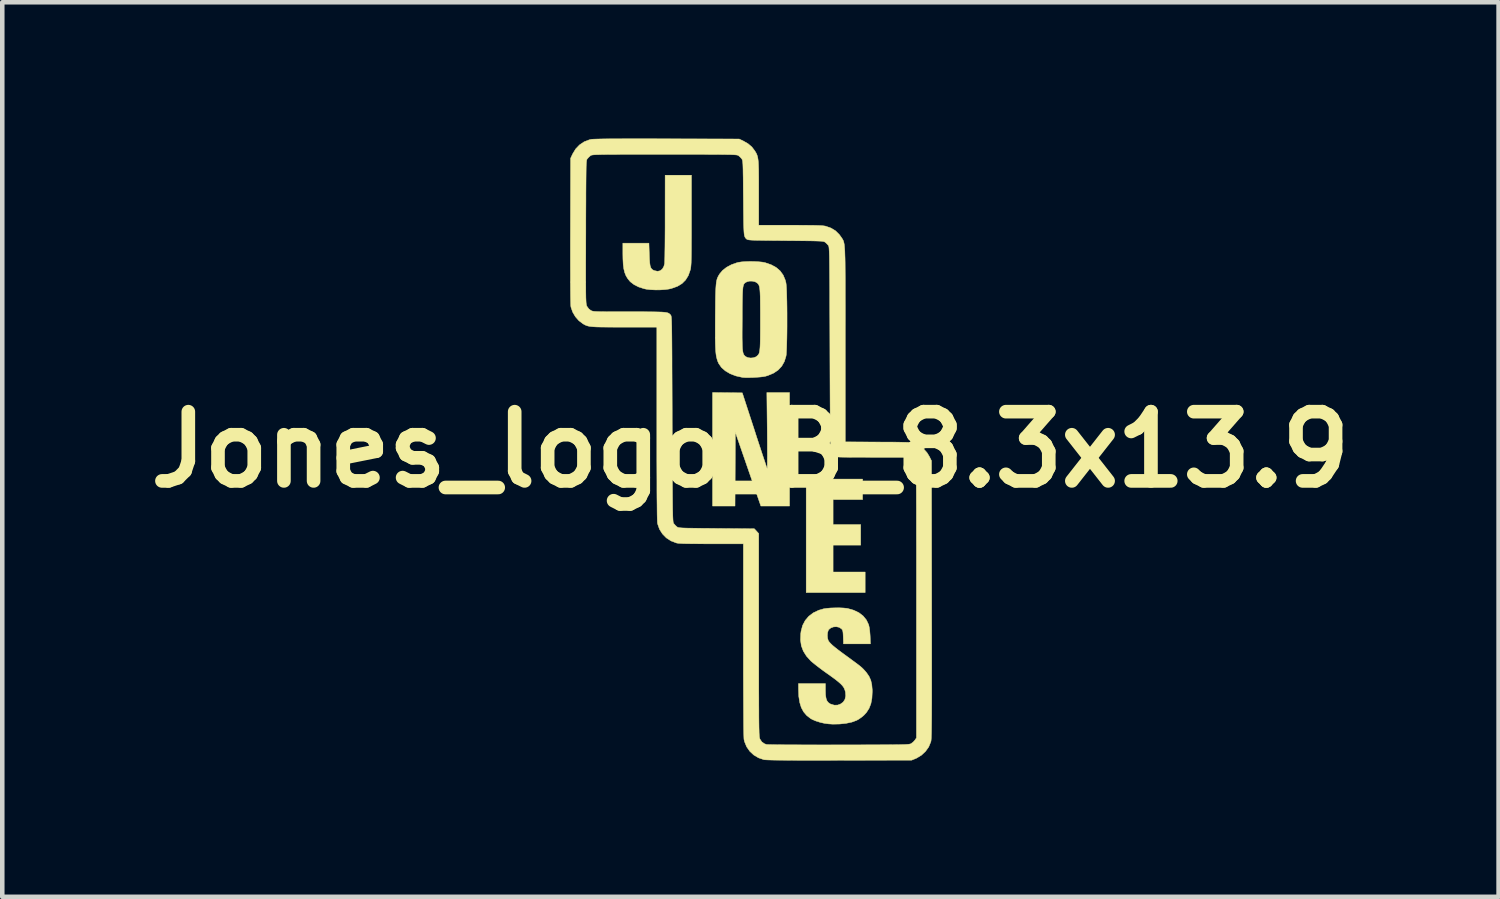
<source format=kicad_pcb>
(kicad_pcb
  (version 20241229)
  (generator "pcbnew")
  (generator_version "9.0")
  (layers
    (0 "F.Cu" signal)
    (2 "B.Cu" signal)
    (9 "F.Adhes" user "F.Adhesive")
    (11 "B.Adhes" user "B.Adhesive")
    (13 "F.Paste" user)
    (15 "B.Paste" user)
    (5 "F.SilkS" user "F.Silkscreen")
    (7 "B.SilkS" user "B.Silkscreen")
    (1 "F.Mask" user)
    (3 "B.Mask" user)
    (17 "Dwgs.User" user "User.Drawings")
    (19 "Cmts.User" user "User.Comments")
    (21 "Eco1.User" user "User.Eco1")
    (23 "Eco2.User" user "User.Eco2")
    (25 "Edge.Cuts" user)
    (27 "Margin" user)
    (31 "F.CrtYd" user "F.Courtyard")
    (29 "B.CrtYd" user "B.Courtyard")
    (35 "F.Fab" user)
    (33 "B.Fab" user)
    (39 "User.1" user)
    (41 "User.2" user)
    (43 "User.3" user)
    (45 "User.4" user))
  (footprint "Jones_logo_B_8.3x13.9"
    (layer "F.Cu")
    (at 13.469 6.847)
    (property "Reference" "Jones_logo_B_8.3x13.9" (at 0 0 0) (layer "F.SilkS") (effects (font (size 1.524 1.524) (thickness 0.3))))
    (attr through_hole)
    (fp_poly (pts (xy 2.469 1.101) (xy 1.82 1.101) (xy 1.82 1.651) (xy 2.427 1.651) (xy 2.427 2.103) (xy 1.82 2.103) (xy 1.82 2.695) (xy 2.526 2.695) (xy 2.526 3.147) (xy 1.228 3.147) (xy 1.228 0.649) (xy 2.469 0.649) (xy 2.469 1.101)) (stroke (width 0.01) (type solid)) (fill yes) (layer "F.SilkS"))
    (fp_poly (pts (xy -0.179 -1.249) (xy 0.091 -0.421) (xy 0.138 -0.274) (xy 0.184 -0.135) (xy 0.226 -0.007) (xy 0.264 0.109) (xy 0.298 0.21) (xy 0.326 0.293) (xy 0.347 0.357) (xy 0.362 0.399) (xy 0.369 0.416) (xy 0.369 0.417) (xy 0.371 0.405) (xy 0.372 0.367) (xy 0.373 0.306) (xy 0.373 0.223) (xy 0.374 0.123) (xy 0.373 0.006) (xy 0.373 -0.125) (xy 0.372 -0.267) (xy 0.371 -0.415) (xy 0.362 -1.256) (xy 0.861 -1.256) (xy 0.861 1.242) (xy 0.23 1.242) (xy -0.051 0.429) (xy -0.332 -0.383) (xy -0.335 0.429) (xy -0.339 1.242) (xy -0.833 1.242) (xy -0.833 -1.256) (xy -0.179 -1.249)) (stroke (width 0.01) (type solid)) (fill yes) (layer "F.SilkS"))
    (fp_poly (pts (xy -1.298 -5.047) (xy -1.298 -4.855) (xy -1.298 -4.688) (xy -1.299 -4.546) (xy -1.299 -4.425) (xy -1.3 -4.324) (xy -1.301 -4.241) (xy -1.303 -4.172) (xy -1.304 -4.117) (xy -1.307 -4.073) (xy -1.31 -4.037) (xy -1.313 -4.008) (xy -1.317 -3.983) (xy -1.322 -3.961) (xy -1.326 -3.947) (xy -1.367 -3.831) (xy -1.427 -3.734) (xy -1.506 -3.655) (xy -1.607 -3.594) (xy -1.73 -3.55) (xy -1.79 -3.535) (xy -1.877 -3.523) (xy -1.98 -3.516) (xy -2.09 -3.515) (xy -2.197 -3.52) (xy -2.291 -3.531) (xy -2.338 -3.541) (xy -2.457 -3.579) (xy -2.559 -3.63) (xy -2.639 -3.691) (xy -2.653 -3.705) (xy -2.701 -3.764) (xy -2.739 -3.827) (xy -2.767 -3.897) (xy -2.787 -3.979) (xy -2.8 -4.078) (xy -2.806 -4.197) (xy -2.808 -4.307) (xy -2.808 -4.544) (xy -2.234 -4.544) (xy -2.226 -4.298) (xy -2.222 -4.193) (xy -2.216 -4.112) (xy -2.208 -4.052) (xy -2.195 -4.009) (xy -2.176 -3.979) (xy -2.151 -3.957) (xy -2.118 -3.941) (xy -2.112 -3.939) (xy -2.044 -3.925) (xy -1.986 -3.937) (xy -1.939 -3.974) (xy -1.905 -4.033) (xy -1.889 -4.095) (xy -1.888 -4.122) (xy -1.886 -4.175) (xy -1.884 -4.25) (xy -1.883 -4.346) (xy -1.881 -4.46) (xy -1.88 -4.589) (xy -1.879 -4.731) (xy -1.878 -4.884) (xy -1.878 -5.044) (xy -1.878 -5.105) (xy -1.877 -6.04) (xy -1.298 -6.04) (xy -1.298 -5.047)) (stroke (width 0.01) (type solid)) (fill yes) (layer "F.SilkS"))
    (fp_poly (pts (xy 2.045 3.487) (xy 2.117 3.494) (xy 2.138 3.497) (xy 2.274 3.536) (xy 2.389 3.591) (xy 2.482 3.663) (xy 2.553 3.75) (xy 2.601 3.851) (xy 2.605 3.863) (xy 2.617 3.918) (xy 2.627 3.992) (xy 2.634 4.077) (xy 2.636 4.11) (xy 2.642 4.276) (xy 2.049 4.276) (xy 2.044 4.128) (xy 2.041 4.06) (xy 2.037 4.015) (xy 2.031 3.985) (xy 2.021 3.964) (xy 2.005 3.946) (xy 2.004 3.945) (xy 1.954 3.912) (xy 1.893 3.899) (xy 1.83 3.903) (xy 1.772 3.924) (xy 1.727 3.96) (xy 1.714 3.981) (xy 1.699 4.029) (xy 1.694 4.091) (xy 1.699 4.152) (xy 1.713 4.201) (xy 1.713 4.202) (xy 1.733 4.232) (xy 1.763 4.266) (xy 1.805 4.307) (xy 1.863 4.355) (xy 1.938 4.414) (xy 2.032 4.484) (xy 2.124 4.551) (xy 2.222 4.623) (xy 2.301 4.681) (xy 2.364 4.728) (xy 2.413 4.766) (xy 2.452 4.799) (xy 2.483 4.829) (xy 2.511 4.859) (xy 2.539 4.891) (xy 2.557 4.913) (xy 2.612 4.993) (xy 2.65 5.078) (xy 2.672 5.175) (xy 2.682 5.289) (xy 2.682 5.334) (xy 2.675 5.474) (xy 2.652 5.594) (xy 2.612 5.697) (xy 2.554 5.787) (xy 2.496 5.85) (xy 2.444 5.893) (xy 2.385 5.934) (xy 2.339 5.96) (xy 2.233 5.999) (xy 2.106 6.026) (xy 1.965 6.041) (xy 1.815 6.044) (xy 1.721 6.038) (xy 1.631 6.026) (xy 1.535 6.004) (xy 1.443 5.975) (xy 1.365 5.942) (xy 1.324 5.919) (xy 1.238 5.852) (xy 1.171 5.773) (xy 1.12 5.678) (xy 1.086 5.567) (xy 1.065 5.435) (xy 1.059 5.281) (xy 1.058 5.151) (xy 1.651 5.151) (xy 1.651 5.302) (xy 1.654 5.399) (xy 1.665 5.473) (xy 1.684 5.528) (xy 1.713 5.567) (xy 1.754 5.596) (xy 1.767 5.602) (xy 1.846 5.626) (xy 1.921 5.624) (xy 1.982 5.602) (xy 2.042 5.559) (xy 2.081 5.499) (xy 2.098 5.424) (xy 2.092 5.339) (xy 2.083 5.304) (xy 2.07 5.267) (xy 2.052 5.232) (xy 2.025 5.196) (xy 1.988 5.157) (xy 1.938 5.113) (xy 1.872 5.06) (xy 1.787 4.998) (xy 1.681 4.922) (xy 1.679 4.921) (xy 1.597 4.862) (xy 1.517 4.802) (xy 1.444 4.746) (xy 1.383 4.697) (xy 1.338 4.659) (xy 1.329 4.651) (xy 1.234 4.546) (xy 1.165 4.436) (xy 1.121 4.319) (xy 1.103 4.192) (xy 1.108 4.052) (xy 1.116 3.995) (xy 1.149 3.871) (xy 1.206 3.762) (xy 1.285 3.669) (xy 1.385 3.593) (xy 1.505 3.536) (xy 1.612 3.505) (xy 1.679 3.495) (xy 1.765 3.487) (xy 1.86 3.484) (xy 1.956 3.483) (xy 2.045 3.487)) (stroke (width 0.01) (type solid)) (fill yes) (layer "F.SilkS"))
    (fp_poly (pts (xy 0.084 -4.14) (xy 0.178 -4.135) (xy 0.261 -4.127) (xy 0.323 -4.115) (xy 0.323 -4.115) (xy 0.457 -4.069) (xy 0.568 -4.008) (xy 0.655 -3.933) (xy 0.721 -3.842) (xy 0.767 -3.732) (xy 0.783 -3.67) (xy 0.788 -3.629) (xy 0.793 -3.564) (xy 0.797 -3.478) (xy 0.8 -3.374) (xy 0.803 -3.256) (xy 0.805 -3.128) (xy 0.806 -2.993) (xy 0.806 -2.855) (xy 0.806 -2.717) (xy 0.805 -2.582) (xy 0.803 -2.455) (xy 0.8 -2.339) (xy 0.797 -2.238) (xy 0.793 -2.154) (xy 0.789 -2.092) (xy 0.784 -2.058) (xy 0.747 -1.938) (xy 0.689 -1.836) (xy 0.61 -1.751) (xy 0.509 -1.683) (xy 0.385 -1.631) (xy 0.332 -1.615) (xy 0.284 -1.606) (xy 0.217 -1.598) (xy 0.136 -1.592) (xy 0.05 -1.587) (xy -0.034 -1.585) (xy -0.107 -1.585) (xy -0.163 -1.588) (xy -0.176 -1.59) (xy -0.32 -1.622) (xy -0.446 -1.67) (xy -0.552 -1.733) (xy -0.637 -1.808) (xy -0.698 -1.895) (xy -0.718 -1.94) (xy -0.731 -1.978) (xy -0.742 -2.019) (xy -0.752 -2.064) (xy -0.759 -2.117) (xy -0.765 -2.18) (xy -0.769 -2.255) (xy -0.772 -2.345) (xy -0.774 -2.453) (xy -0.774 -2.576) (xy -0.182 -2.576) (xy -0.182 -2.458) (xy -0.18 -2.361) (xy -0.178 -2.282) (xy -0.175 -2.22) (xy -0.169 -2.171) (xy -0.162 -2.134) (xy -0.153 -2.106) (xy -0.142 -2.085) (xy -0.129 -2.069) (xy -0.112 -2.054) (xy -0.103 -2.046) (xy -0.054 -2.024) (xy 0.007 -2.016) (xy 0.071 -2.022) (xy 0.125 -2.043) (xy 0.139 -2.054) (xy 0.157 -2.069) (xy 0.171 -2.085) (xy 0.184 -2.103) (xy 0.194 -2.127) (xy 0.201 -2.159) (xy 0.207 -2.201) (xy 0.212 -2.256) (xy 0.215 -2.325) (xy 0.217 -2.413) (xy 0.218 -2.52) (xy 0.219 -2.65) (xy 0.219 -2.804) (xy 0.219 -2.865) (xy 0.219 -3.028) (xy 0.218 -3.166) (xy 0.217 -3.28) (xy 0.216 -3.373) (xy 0.213 -3.448) (xy 0.209 -3.508) (xy 0.204 -3.553) (xy 0.198 -3.588) (xy 0.189 -3.614) (xy 0.179 -3.635) (xy 0.166 -3.651) (xy 0.15 -3.667) (xy 0.148 -3.669) (xy 0.103 -3.695) (xy 0.044 -3.708) (xy -0.019 -3.709) (xy -0.075 -3.695) (xy -0.082 -3.691) (xy -0.103 -3.681) (xy -0.12 -3.67) (xy -0.134 -3.656) (xy -0.146 -3.638) (xy -0.155 -3.612) (xy -0.163 -3.577) (xy -0.168 -3.529) (xy -0.172 -3.467) (xy -0.175 -3.389) (xy -0.177 -3.291) (xy -0.179 -3.172) (xy -0.18 -3.029) (xy -0.18 -2.886) (xy -0.181 -2.718) (xy -0.182 -2.576) (xy -0.774 -2.576) (xy -0.774 -2.582) (xy -0.774 -2.732) (xy -0.773 -2.909) (xy -0.773 -2.943) (xy -0.771 -3.112) (xy -0.77 -3.256) (xy -0.768 -3.376) (xy -0.765 -3.476) (xy -0.761 -3.558) (xy -0.756 -3.625) (xy -0.75 -3.68) (xy -0.742 -3.724) (xy -0.732 -3.761) (xy -0.719 -3.793) (xy -0.704 -3.823) (xy -0.686 -3.853) (xy -0.675 -3.87) (xy -0.612 -3.945) (xy -0.525 -4.013) (xy -0.421 -4.069) (xy -0.304 -4.111) (xy -0.261 -4.122) (xy -0.196 -4.132) (xy -0.111 -4.138) (xy -0.015 -4.141) (xy 0.084 -4.14)) (stroke (width 0.01) (type solid)) (fill yes) (layer "F.SilkS"))
    (fp_poly (pts (xy -2.375 -6.842) (xy -2.134 -6.842) (xy -1.866 -6.841) (xy -1.834 -6.841) (xy -0.247 -6.837) (xy -0.155 -6.793) (xy -0.051 -6.733) (xy 0.032 -6.662) (xy 0.093 -6.582) (xy 0.112 -6.551) (xy 0.129 -6.523) (xy 0.142 -6.494) (xy 0.153 -6.462) (xy 0.162 -6.425) (xy 0.169 -6.38) (xy 0.175 -6.324) (xy 0.178 -6.255) (xy 0.181 -6.17) (xy 0.182 -6.067) (xy 0.183 -5.943) (xy 0.183 -5.796) (xy 0.183 -5.649) (xy 0.183 -4.939) (xy 0.879 -4.939) (xy 1.044 -4.939) (xy 1.183 -4.938) (xy 1.299 -4.937) (xy 1.394 -4.936) (xy 1.471 -4.934) (xy 1.531 -4.932) (xy 1.578 -4.929) (xy 1.615 -4.925) (xy 1.642 -4.921) (xy 1.656 -4.918) (xy 1.775 -4.876) (xy 1.874 -4.816) (xy 1.956 -4.735) (xy 1.998 -4.677) (xy 2.01 -4.659) (xy 2.021 -4.643) (xy 2.03 -4.628) (xy 2.039 -4.612) (xy 2.047 -4.594) (xy 2.054 -4.572) (xy 2.06 -4.546) (xy 2.066 -4.514) (xy 2.07 -4.474) (xy 2.074 -4.426) (xy 2.078 -4.367) (xy 2.08 -4.296) (xy 2.083 -4.213) (xy 2.085 -4.115) (xy 2.086 -4.002) (xy 2.087 -3.871) (xy 2.088 -3.722) (xy 2.088 -3.554) (xy 2.088 -3.364) (xy 2.089 -3.151) (xy 2.089 -2.915) (xy 2.088 -2.654) (xy 2.088 -2.365) (xy 2.088 -2.312) (xy 2.088 -0.17) (xy 2.826 -0.166) (xy 2.989 -0.165) (xy 3.126 -0.165) (xy 3.24 -0.164) (xy 3.333 -0.162) (xy 3.409 -0.161) (xy 3.468 -0.159) (xy 3.514 -0.157) (xy 3.55 -0.154) (xy 3.577 -0.15) (xy 3.599 -0.145) (xy 3.618 -0.14) (xy 3.636 -0.133) (xy 3.645 -0.129) (xy 3.733 -0.081) (xy 3.817 -0.012) (xy 3.89 0.071) (xy 3.94 0.153) (xy 3.986 0.246) (xy 3.99 3.301) (xy 3.99 3.65) (xy 3.991 3.971) (xy 3.991 4.266) (xy 3.991 4.537) (xy 3.991 4.783) (xy 3.991 5.007) (xy 3.991 5.21) (xy 3.991 5.392) (xy 3.991 5.555) (xy 3.99 5.7) (xy 3.99 5.827) (xy 3.989 5.939) (xy 3.988 6.036) (xy 3.987 6.119) (xy 3.986 6.189) (xy 3.985 6.248) (xy 3.983 6.297) (xy 3.982 6.337) (xy 3.98 6.368) (xy 3.978 6.392) (xy 3.976 6.411) (xy 3.973 6.425) (xy 3.971 6.433) (xy 3.925 6.545) (xy 3.854 6.644) (xy 3.764 6.728) (xy 3.658 6.792) (xy 3.63 6.804) (xy 3.549 6.837) (xy 1.961 6.839) (xy 1.699 6.84) (xy 1.463 6.84) (xy 1.252 6.84) (xy 1.067 6.84) (xy 0.904 6.839) (xy 0.764 6.838) (xy 0.645 6.837) (xy 0.545 6.836) (xy 0.463 6.834) (xy 0.399 6.832) (xy 0.351 6.83) (xy 0.317 6.828) (xy 0.297 6.825) (xy 0.296 6.825) (xy 0.178 6.785) (xy 0.074 6.723) (xy -0.014 6.641) (xy -0.083 6.542) (xy -0.129 6.43) (xy -0.141 6.38) (xy -0.143 6.354) (xy -0.145 6.3) (xy -0.147 6.219) (xy -0.149 6.111) (xy -0.15 5.976) (xy -0.151 5.814) (xy -0.152 5.627) (xy -0.153 5.415) (xy -0.154 5.177) (xy -0.155 4.915) (xy -0.155 4.628) (xy -0.155 4.318) (xy -0.155 4.189) (xy -0.155 2.074) (xy -0.857 2.074) (xy -1.028 2.074) (xy -1.173 2.073) (xy -1.294 2.072) (xy -1.393 2.071) (xy -1.472 2.069) (xy -1.533 2.066) (xy -1.579 2.063) (xy -1.612 2.059) (xy -1.63 2.055) (xy -1.748 2.01) (xy -1.851 1.943) (xy -1.936 1.856) (xy -2.001 1.754) (xy -2.042 1.637) (xy -2.044 1.626) (xy -2.047 1.605) (xy -2.049 1.565) (xy -2.051 1.506) (xy -2.053 1.426) (xy -2.054 1.326) (xy -2.055 1.203) (xy -2.057 1.058) (xy -2.058 0.89) (xy -2.058 0.698) (xy -2.059 0.481) (xy -2.06 0.239) (xy -2.06 -0.03) (xy -2.06 -0.326) (xy -2.06 -0.572) (xy -2.06 -2.695) (xy -2.776 -2.695) (xy -2.945 -2.695) (xy -3.088 -2.696) (xy -3.208 -2.697) (xy -3.307 -2.698) (xy -3.389 -2.7) (xy -3.455 -2.704) (xy -3.508 -2.709) (xy -3.551 -2.715) (xy -3.585 -2.723) (xy -3.615 -2.733) (xy -3.642 -2.745) (xy -3.669 -2.76) (xy -3.689 -2.772) (xy -3.777 -2.839) (xy -3.854 -2.927) (xy -3.913 -3.028) (xy -3.95 -3.135) (xy -3.951 -3.14) (xy -3.954 -3.165) (xy -3.956 -3.216) (xy -3.958 -3.293) (xy -3.96 -3.395) (xy -3.961 -3.523) (xy -3.962 -3.677) (xy -3.962 -3.816) (xy -3.625 -3.816) (xy -3.625 -3.688) (xy -3.624 -3.579) (xy -3.624 -3.488) (xy -3.623 -3.412) (xy -3.622 -3.349) (xy -3.62 -3.299) (xy -3.618 -3.259) (xy -3.616 -3.229) (xy -3.613 -3.205) (xy -3.61 -3.188) (xy -3.607 -3.175) (xy -3.603 -3.164) (xy -3.599 -3.155) (xy -3.599 -3.154) (xy -3.555 -3.095) (xy -3.515 -3.065) (xy -3.503 -3.058) (xy -3.49 -3.053) (xy -3.475 -3.048) (xy -3.454 -3.044) (xy -3.426 -3.041) (xy -3.388 -3.039) (xy -3.338 -3.037) (xy -3.273 -3.036) (xy -3.192 -3.035) (xy -3.092 -3.034) (xy -2.97 -3.034) (xy -2.824 -3.034) (xy -2.668 -3.034) (xy -2.492 -3.034) (xy -2.342 -3.034) (xy -2.216 -3.033) (xy -2.112 -3.032) (xy -2.026 -3.03) (xy -1.957 -3.028) (xy -1.904 -3.024) (xy -1.862 -3.019) (xy -1.831 -3.013) (xy -1.807 -3.005) (xy -1.79 -2.995) (xy -1.775 -2.983) (xy -1.762 -2.97) (xy -1.757 -2.964) (xy -1.753 -2.959) (xy -1.75 -2.954) (xy -1.747 -2.945) (xy -1.744 -2.933) (xy -1.741 -2.916) (xy -1.739 -2.892) (xy -1.737 -2.861) (xy -1.735 -2.82) (xy -1.734 -2.769) (xy -1.732 -2.707) (xy -1.731 -2.631) (xy -1.73 -2.541) (xy -1.729 -2.436) (xy -1.728 -2.314) (xy -1.727 -2.173) (xy -1.726 -2.013) (xy -1.726 -1.833) (xy -1.725 -1.63) (xy -1.724 -1.403) (xy -1.723 -1.152) (xy -1.722 -0.875) (xy -1.722 -0.67) (xy -1.721 -0.374) (xy -1.72 -0.106) (xy -1.719 0.137) (xy -1.718 0.356) (xy -1.717 0.552) (xy -1.717 0.726) (xy -1.716 0.88) (xy -1.715 1.015) (xy -1.714 1.132) (xy -1.713 1.232) (xy -1.712 1.317) (xy -1.71 1.389) (xy -1.709 1.448) (xy -1.707 1.496) (xy -1.705 1.534) (xy -1.703 1.563) (xy -1.701 1.585) (xy -1.698 1.601) (xy -1.695 1.613) (xy -1.692 1.621) (xy -1.689 1.627) (xy -1.685 1.631) (xy -1.652 1.669) (xy -1.617 1.7) (xy -1.609 1.706) (xy -1.598 1.711) (xy -1.584 1.715) (xy -1.564 1.719) (xy -1.535 1.722) (xy -1.496 1.725) (xy -1.444 1.727) (xy -1.378 1.729) (xy -1.294 1.73) (xy -1.191 1.731) (xy -1.066 1.733) (xy -0.918 1.734) (xy -0.746 1.736) (xy 0.087 1.743) (xy 0.135 1.795) (xy 0.183 1.848) (xy 0.184 4.081) (xy 0.184 4.375) (xy 0.184 4.642) (xy 0.184 4.884) (xy 0.184 5.101) (xy 0.184 5.295) (xy 0.185 5.468) (xy 0.185 5.62) (xy 0.186 5.754) (xy 0.186 5.87) (xy 0.187 5.97) (xy 0.188 6.054) (xy 0.189 6.126) (xy 0.191 6.184) (xy 0.192 6.232) (xy 0.194 6.271) (xy 0.196 6.301) (xy 0.198 6.324) (xy 0.201 6.341) (xy 0.204 6.354) (xy 0.207 6.365) (xy 0.211 6.373) (xy 0.211 6.374) (xy 0.252 6.435) (xy 0.31 6.476) (xy 0.357 6.492) (xy 0.377 6.493) (xy 0.423 6.494) (xy 0.494 6.496) (xy 0.587 6.497) (xy 0.701 6.498) (xy 0.834 6.499) (xy 0.984 6.499) (xy 1.149 6.5) (xy 1.327 6.5) (xy 1.517 6.501) (xy 1.716 6.501) (xy 1.922 6.5) (xy 1.947 6.5) (xy 2.189 6.5) (xy 2.405 6.5) (xy 2.595 6.499) (xy 2.762 6.499) (xy 2.907 6.498) (xy 3.032 6.498) (xy 3.138 6.497) (xy 3.228 6.496) (xy 3.302 6.495) (xy 3.362 6.493) (xy 3.41 6.492) (xy 3.448 6.489) (xy 3.477 6.487) (xy 3.498 6.484) (xy 3.514 6.481) (xy 3.525 6.478) (xy 3.534 6.474) (xy 3.542 6.469) (xy 3.584 6.437) (xy 3.62 6.397) (xy 3.623 6.393) (xy 3.655 6.346) (xy 3.655 3.338) (xy 3.655 2.995) (xy 3.655 2.679) (xy 3.655 2.389) (xy 3.655 2.124) (xy 3.654 1.882) (xy 3.654 1.663) (xy 3.654 1.465) (xy 3.654 1.288) (xy 3.653 1.129) (xy 3.653 0.989) (xy 3.652 0.866) (xy 3.651 0.758) (xy 3.65 0.665) (xy 3.649 0.586) (xy 3.648 0.519) (xy 3.647 0.463) (xy 3.645 0.417) (xy 3.644 0.38) (xy 3.642 0.351) (xy 3.64 0.329) (xy 3.638 0.312) (xy 3.635 0.3) (xy 3.633 0.291) (xy 3.63 0.284) (xy 3.629 0.282) (xy 3.599 0.243) (xy 3.558 0.208) (xy 3.547 0.201) (xy 3.493 0.17) (xy 2.688 0.17) (xy 2.517 0.169) (xy 2.372 0.169) (xy 2.25 0.169) (xy 2.15 0.168) (xy 2.069 0.167) (xy 2.004 0.166) (xy 1.955 0.164) (xy 1.917 0.162) (xy 1.89 0.159) (xy 1.87 0.155) (xy 1.855 0.15) (xy 1.844 0.145) (xy 1.839 0.142) (xy 1.803 0.114) (xy 1.777 0.084) (xy 1.775 0.082) (xy 1.773 0.073) (xy 1.771 0.055) (xy 1.768 0.026) (xy 1.766 -0.015) (xy 1.765 -0.069) (xy 1.763 -0.136) (xy 1.761 -0.219) (xy 1.76 -0.319) (xy 1.759 -0.436) (xy 1.757 -0.571) (xy 1.756 -0.727) (xy 1.755 -0.904) (xy 1.754 -1.102) (xy 1.753 -1.324) (xy 1.752 -1.571) (xy 1.751 -1.843) (xy 1.75 -2.143) (xy 1.75 -2.204) (xy 1.749 -2.499) (xy 1.748 -2.767) (xy 1.747 -3.009) (xy 1.746 -3.227) (xy 1.746 -3.423) (xy 1.745 -3.596) (xy 1.744 -3.749) (xy 1.743 -3.883) (xy 1.742 -4) (xy 1.741 -4.1) (xy 1.74 -4.185) (xy 1.739 -4.256) (xy 1.737 -4.314) (xy 1.735 -4.362) (xy 1.733 -4.4) (xy 1.731 -4.429) (xy 1.729 -4.45) (xy 1.726 -4.466) (xy 1.724 -4.478) (xy 1.72 -4.486) (xy 1.717 -4.492) (xy 1.714 -4.496) (xy 1.68 -4.534) (xy 1.646 -4.564) (xy 1.637 -4.57) (xy 1.626 -4.575) (xy 1.612 -4.58) (xy 1.592 -4.583) (xy 1.563 -4.587) (xy 1.524 -4.589) (xy 1.472 -4.591) (xy 1.406 -4.593) (xy 1.322 -4.595) (xy 1.218 -4.596) (xy 1.093 -4.597) (xy 0.945 -4.599) (xy 0.777 -4.6) (xy 0.603 -4.602) (xy 0.455 -4.603) (xy 0.331 -4.604) (xy 0.228 -4.606) (xy 0.145 -4.607) (xy 0.079 -4.609) (xy 0.028 -4.611) (xy -0.01 -4.614) (xy -0.037 -4.617) (xy -0.056 -4.621) (xy -0.069 -4.625) (xy -0.078 -4.63) (xy -0.085 -4.635) (xy -0.098 -4.647) (xy -0.109 -4.66) (xy -0.118 -4.674) (xy -0.126 -4.693) (xy -0.133 -4.719) (xy -0.138 -4.753) (xy -0.142 -4.799) (xy -0.145 -4.859) (xy -0.148 -4.934) (xy -0.15 -5.027) (xy -0.151 -5.14) (xy -0.153 -5.276) (xy -0.154 -5.436) (xy -0.155 -5.541) (xy -0.157 -5.714) (xy -0.158 -5.861) (xy -0.159 -5.984) (xy -0.161 -6.086) (xy -0.162 -6.168) (xy -0.164 -6.233) (xy -0.166 -6.284) (xy -0.169 -6.322) (xy -0.172 -6.35) (xy -0.176 -6.369) (xy -0.181 -6.383) (xy -0.186 -6.393) (xy -0.191 -6.401) (xy -0.225 -6.439) (xy -0.259 -6.469) (xy -0.266 -6.474) (xy -0.273 -6.478) (xy -0.283 -6.481) (xy -0.297 -6.484) (xy -0.317 -6.487) (xy -0.344 -6.489) (xy -0.379 -6.491) (xy -0.426 -6.493) (xy -0.484 -6.494) (xy -0.556 -6.495) (xy -0.643 -6.496) (xy -0.746 -6.497) (xy -0.868 -6.497) (xy -1.01 -6.498) (xy -1.173 -6.498) (xy -1.359 -6.498) (xy -1.57 -6.498) (xy -1.807 -6.498) (xy -1.891 -6.498) (xy -2.137 -6.498) (xy -2.356 -6.498) (xy -2.55 -6.498) (xy -2.721 -6.498) (xy -2.869 -6.498) (xy -2.997 -6.497) (xy -3.107 -6.497) (xy -3.199 -6.496) (xy -3.276 -6.495) (xy -3.338 -6.493) (xy -3.388 -6.492) (xy -3.427 -6.49) (xy -3.457 -6.488) (xy -3.479 -6.485) (xy -3.495 -6.482) (xy -3.506 -6.479) (xy -3.514 -6.475) (xy -3.52 -6.471) (xy -3.522 -6.469) (xy -3.56 -6.435) (xy -3.59 -6.401) (xy -3.595 -6.395) (xy -3.599 -6.387) (xy -3.603 -6.377) (xy -3.606 -6.363) (xy -3.608 -6.343) (xy -3.611 -6.315) (xy -3.613 -6.279) (xy -3.615 -6.232) (xy -3.616 -6.173) (xy -3.617 -6.1) (xy -3.618 -6.012) (xy -3.619 -5.907) (xy -3.62 -5.784) (xy -3.621 -5.641) (xy -3.621 -5.476) (xy -3.622 -5.288) (xy -3.623 -5.075) (xy -3.623 -4.836) (xy -3.623 -4.787) (xy -3.624 -4.543) (xy -3.624 -4.325) (xy -3.625 -4.132) (xy -3.625 -3.963) (xy -3.625 -3.816) (xy -3.962 -3.816) (xy -3.962 -3.858) (xy -3.963 -4.067) (xy -3.963 -4.302) (xy -3.963 -4.565) (xy -3.962 -4.812) (xy -3.958 -6.413) (xy -3.913 -6.509) (xy -3.847 -6.618) (xy -3.762 -6.707) (xy -3.66 -6.776) (xy -3.545 -6.82) (xy -3.506 -6.829) (xy -3.483 -6.832) (xy -3.442 -6.834) (xy -3.383 -6.836) (xy -3.305 -6.838) (xy -3.206 -6.84) (xy -3.086 -6.841) (xy -2.944 -6.841) (xy -2.779 -6.842) (xy -2.589 -6.842) (xy -2.375 -6.842)) (stroke (width 0.01) (type solid)) (fill yes) (layer "F.SilkS")))
  (gr_rect
    (start -3 -3)
    (end 29.939 16.692)
    (stroke (width 0.1) (type default))
    (fill no)
    (layer "Edge.Cuts")))
</source>
